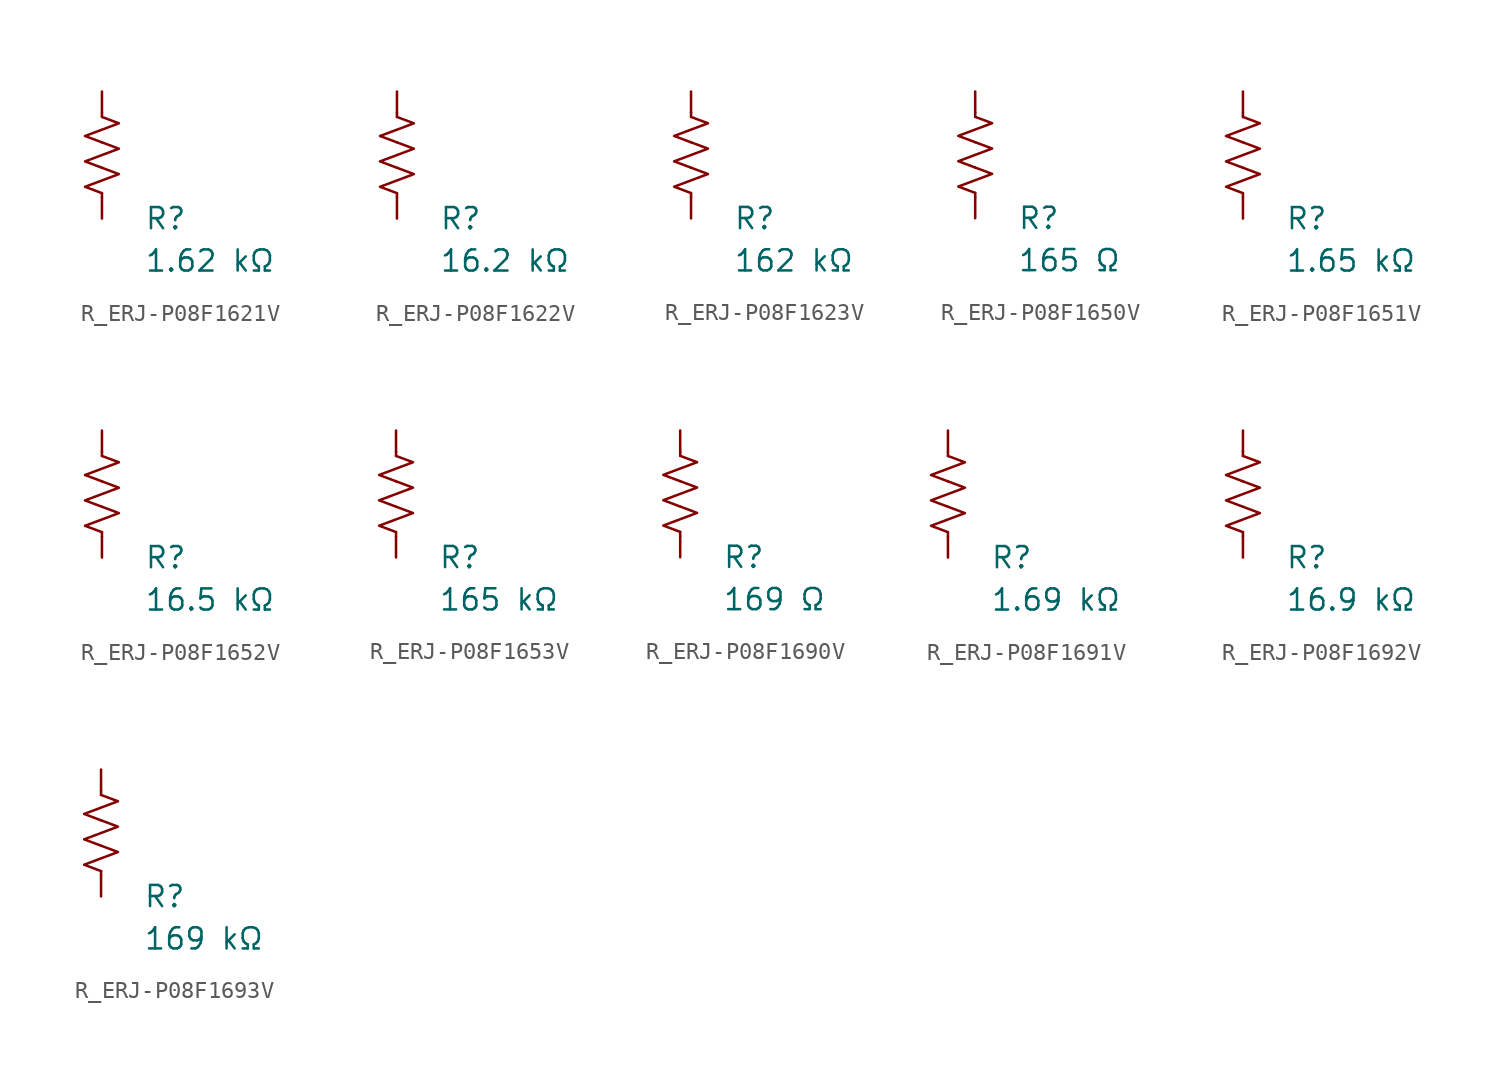
<source format=kicad_sym>
(kicad_symbol_lib
  (version 20231120)
  (generator "kicad_symbol_editor")
  (generator_version "8.0")
  (symbol "R_ERJ-P08F1621V"
    (pin_numbers hide)
    (pin_names
      (offset 0))
    (property "Reference" "R"
      (at 2.54 -3.81 0)
      (effects (font (size 1.27 1.27)) (justify left))
      (show_name no))
    (property "Value" "1.62 kΩ"
      (at 2.54 -6.35 0)
      (effects (font (size 1.27 1.27)) (justify left))
      (show_name no))
    (symbol "R_ERJ-P08F1621V_0_1"
      (polyline (pts (xy 0 -2.286) (xy 0 -2.54)) (stroke (width 0) (type default)) (fill (type none)))
      (polyline (pts (xy 0 2.286) (xy 0 2.54)) (stroke (width 0) (type default)) (fill (type none)))
      (polyline (pts (xy 0 -0.762) (xy 1.016 -1.143) (xy 0 -1.524) (xy -1.016 -1.905) (xy 0 -2.286)) (stroke (width 0) (type default)) (fill (type none)))
      (polyline (pts (xy 0 0.762) (xy 1.016 0.381) (xy 0 0) (xy -1.016 -0.381) (xy 0 -0.762)) (stroke (width 0) (type default)) (fill (type none)))
      (polyline (pts (xy 0 2.286) (xy 1.016 1.905) (xy 0 1.524) (xy -1.016 1.143) (xy 0 0.762)) (stroke (width 0) (type default)) (fill (type none))))
    (symbol "R_ERJ-P08F1621V_1_1"
      (pin passive line (at 0 3.81 270) (length 1.27) (name "~" (effects (font (size 1.27 1.27)))) (number "1" (effects (font (size 1.27 1.27)))))
      (pin passive line (at 0 -3.81 90) (length 1.27) (name "~" (effects (font (size 1.27 1.27)))) (number "2" (effects (font (size 1.27 1.27)))))))
  (symbol "R_ERJ-P08F1622V"
    (pin_numbers hide)
    (pin_names
      (offset 0))
    (property "Reference" "R"
      (at 2.54 -3.81 0)
      (effects (font (size 1.27 1.27)) (justify left))
      (show_name no))
    (property "Value" "16.2 kΩ"
      (at 2.54 -6.35 0)
      (effects (font (size 1.27 1.27)) (justify left))
      (show_name no))
    (symbol "R_ERJ-P08F1622V_0_1"
      (polyline (pts (xy 0 -2.286) (xy 0 -2.54)) (stroke (width 0) (type default)) (fill (type none)))
      (polyline (pts (xy 0 2.286) (xy 0 2.54)) (stroke (width 0) (type default)) (fill (type none)))
      (polyline (pts (xy 0 -0.762) (xy 1.016 -1.143) (xy 0 -1.524) (xy -1.016 -1.905) (xy 0 -2.286)) (stroke (width 0) (type default)) (fill (type none)))
      (polyline (pts (xy 0 0.762) (xy 1.016 0.381) (xy 0 0) (xy -1.016 -0.381) (xy 0 -0.762)) (stroke (width 0) (type default)) (fill (type none)))
      (polyline (pts (xy 0 2.286) (xy 1.016 1.905) (xy 0 1.524) (xy -1.016 1.143) (xy 0 0.762)) (stroke (width 0) (type default)) (fill (type none))))
    (symbol "R_ERJ-P08F1622V_1_1"
      (pin passive line (at 0 3.81 270) (length 1.27) (name "~" (effects (font (size 1.27 1.27)))) (number "1" (effects (font (size 1.27 1.27)))))
      (pin passive line (at 0 -3.81 90) (length 1.27) (name "~" (effects (font (size 1.27 1.27)))) (number "2" (effects (font (size 1.27 1.27)))))))
  (symbol "R_ERJ-P08F1623V"
    (pin_numbers hide)
    (pin_names
      (offset 0))
    (property "Reference" "R"
      (at 2.54 -3.81 0)
      (effects (font (size 1.27 1.27)) (justify left))
      (show_name no))
    (property "Value" "162 kΩ"
      (at 2.54 -6.35 0)
      (effects (font (size 1.27 1.27)) (justify left))
      (show_name no))
    (symbol "R_ERJ-P08F1623V_0_1"
      (polyline (pts (xy 0 -2.286) (xy 0 -2.54)) (stroke (width 0) (type default)) (fill (type none)))
      (polyline (pts (xy 0 2.286) (xy 0 2.54)) (stroke (width 0) (type default)) (fill (type none)))
      (polyline (pts (xy 0 -0.762) (xy 1.016 -1.143) (xy 0 -1.524) (xy -1.016 -1.905) (xy 0 -2.286)) (stroke (width 0) (type default)) (fill (type none)))
      (polyline (pts (xy 0 0.762) (xy 1.016 0.381) (xy 0 0) (xy -1.016 -0.381) (xy 0 -0.762)) (stroke (width 0) (type default)) (fill (type none)))
      (polyline (pts (xy 0 2.286) (xy 1.016 1.905) (xy 0 1.524) (xy -1.016 1.143) (xy 0 0.762)) (stroke (width 0) (type default)) (fill (type none))))
    (symbol "R_ERJ-P08F1623V_1_1"
      (pin passive line (at 0 3.81 270) (length 1.27) (name "~" (effects (font (size 1.27 1.27)))) (number "1" (effects (font (size 1.27 1.27)))))
      (pin passive line (at 0 -3.81 90) (length 1.27) (name "~" (effects (font (size 1.27 1.27)))) (number "2" (effects (font (size 1.27 1.27)))))))
  (symbol "R_ERJ-P08F1650V"
    (pin_numbers hide)
    (pin_names
      (offset 0))
    (property "Reference" "R"
      (at 2.54 -3.81 0)
      (effects (font (size 1.27 1.27)) (justify left))
      (show_name no))
    (property "Value" "165 Ω"
      (at 2.54 -6.35 0)
      (effects (font (size 1.27 1.27)) (justify left))
      (show_name no))
    (symbol "R_ERJ-P08F1650V_0_1"
      (polyline (pts (xy 0 -2.286) (xy 0 -2.54)) (stroke (width 0) (type default)) (fill (type none)))
      (polyline (pts (xy 0 2.286) (xy 0 2.54)) (stroke (width 0) (type default)) (fill (type none)))
      (polyline (pts (xy 0 -0.762) (xy 1.016 -1.143) (xy 0 -1.524) (xy -1.016 -1.905) (xy 0 -2.286)) (stroke (width 0) (type default)) (fill (type none)))
      (polyline (pts (xy 0 0.762) (xy 1.016 0.381) (xy 0 0) (xy -1.016 -0.381) (xy 0 -0.762)) (stroke (width 0) (type default)) (fill (type none)))
      (polyline (pts (xy 0 2.286) (xy 1.016 1.905) (xy 0 1.524) (xy -1.016 1.143) (xy 0 0.762)) (stroke (width 0) (type default)) (fill (type none))))
    (symbol "R_ERJ-P08F1650V_1_1"
      (pin passive line (at 0 3.81 270) (length 1.27) (name "~" (effects (font (size 1.27 1.27)))) (number "1" (effects (font (size 1.27 1.27)))))
      (pin passive line (at 0 -3.81 90) (length 1.27) (name "~" (effects (font (size 1.27 1.27)))) (number "2" (effects (font (size 1.27 1.27)))))))
  (symbol "R_ERJ-P08F1651V"
    (pin_numbers hide)
    (pin_names
      (offset 0))
    (property "Reference" "R"
      (at 2.54 -3.81 0)
      (effects (font (size 1.27 1.27)) (justify left))
      (show_name no))
    (property "Value" "1.65 kΩ"
      (at 2.54 -6.35 0)
      (effects (font (size 1.27 1.27)) (justify left))
      (show_name no))
    (symbol "R_ERJ-P08F1651V_0_1"
      (polyline (pts (xy 0 -2.286) (xy 0 -2.54)) (stroke (width 0) (type default)) (fill (type none)))
      (polyline (pts (xy 0 2.286) (xy 0 2.54)) (stroke (width 0) (type default)) (fill (type none)))
      (polyline (pts (xy 0 -0.762) (xy 1.016 -1.143) (xy 0 -1.524) (xy -1.016 -1.905) (xy 0 -2.286)) (stroke (width 0) (type default)) (fill (type none)))
      (polyline (pts (xy 0 0.762) (xy 1.016 0.381) (xy 0 0) (xy -1.016 -0.381) (xy 0 -0.762)) (stroke (width 0) (type default)) (fill (type none)))
      (polyline (pts (xy 0 2.286) (xy 1.016 1.905) (xy 0 1.524) (xy -1.016 1.143) (xy 0 0.762)) (stroke (width 0) (type default)) (fill (type none))))
    (symbol "R_ERJ-P08F1651V_1_1"
      (pin passive line (at 0 3.81 270) (length 1.27) (name "~" (effects (font (size 1.27 1.27)))) (number "1" (effects (font (size 1.27 1.27)))))
      (pin passive line (at 0 -3.81 90) (length 1.27) (name "~" (effects (font (size 1.27 1.27)))) (number "2" (effects (font (size 1.27 1.27)))))))
  (symbol "R_ERJ-P08F1652V"
    (pin_numbers hide)
    (pin_names
      (offset 0))
    (property "Reference" "R"
      (at 2.54 -3.81 0)
      (effects (font (size 1.27 1.27)) (justify left))
      (show_name no))
    (property "Value" "16.5 kΩ"
      (at 2.54 -6.35 0)
      (effects (font (size 1.27 1.27)) (justify left))
      (show_name no))
    (symbol "R_ERJ-P08F1652V_0_1"
      (polyline (pts (xy 0 -2.286) (xy 0 -2.54)) (stroke (width 0) (type default)) (fill (type none)))
      (polyline (pts (xy 0 2.286) (xy 0 2.54)) (stroke (width 0) (type default)) (fill (type none)))
      (polyline (pts (xy 0 -0.762) (xy 1.016 -1.143) (xy 0 -1.524) (xy -1.016 -1.905) (xy 0 -2.286)) (stroke (width 0) (type default)) (fill (type none)))
      (polyline (pts (xy 0 0.762) (xy 1.016 0.381) (xy 0 0) (xy -1.016 -0.381) (xy 0 -0.762)) (stroke (width 0) (type default)) (fill (type none)))
      (polyline (pts (xy 0 2.286) (xy 1.016 1.905) (xy 0 1.524) (xy -1.016 1.143) (xy 0 0.762)) (stroke (width 0) (type default)) (fill (type none))))
    (symbol "R_ERJ-P08F1652V_1_1"
      (pin passive line (at 0 3.81 270) (length 1.27) (name "~" (effects (font (size 1.27 1.27)))) (number "1" (effects (font (size 1.27 1.27)))))
      (pin passive line (at 0 -3.81 90) (length 1.27) (name "~" (effects (font (size 1.27 1.27)))) (number "2" (effects (font (size 1.27 1.27)))))))
  (symbol "R_ERJ-P08F1653V"
    (pin_numbers hide)
    (pin_names
      (offset 0))
    (property "Reference" "R"
      (at 2.54 -3.81 0)
      (effects (font (size 1.27 1.27)) (justify left))
      (show_name no))
    (property "Value" "165 kΩ"
      (at 2.54 -6.35 0)
      (effects (font (size 1.27 1.27)) (justify left))
      (show_name no))
    (symbol "R_ERJ-P08F1653V_0_1"
      (polyline (pts (xy 0 -2.286) (xy 0 -2.54)) (stroke (width 0) (type default)) (fill (type none)))
      (polyline (pts (xy 0 2.286) (xy 0 2.54)) (stroke (width 0) (type default)) (fill (type none)))
      (polyline (pts (xy 0 -0.762) (xy 1.016 -1.143) (xy 0 -1.524) (xy -1.016 -1.905) (xy 0 -2.286)) (stroke (width 0) (type default)) (fill (type none)))
      (polyline (pts (xy 0 0.762) (xy 1.016 0.381) (xy 0 0) (xy -1.016 -0.381) (xy 0 -0.762)) (stroke (width 0) (type default)) (fill (type none)))
      (polyline (pts (xy 0 2.286) (xy 1.016 1.905) (xy 0 1.524) (xy -1.016 1.143) (xy 0 0.762)) (stroke (width 0) (type default)) (fill (type none))))
    (symbol "R_ERJ-P08F1653V_1_1"
      (pin passive line (at 0 3.81 270) (length 1.27) (name "~" (effects (font (size 1.27 1.27)))) (number "1" (effects (font (size 1.27 1.27)))))
      (pin passive line (at 0 -3.81 90) (length 1.27) (name "~" (effects (font (size 1.27 1.27)))) (number "2" (effects (font (size 1.27 1.27)))))))
  (symbol "R_ERJ-P08F1690V"
    (pin_numbers hide)
    (pin_names
      (offset 0))
    (property "Reference" "R"
      (at 2.54 -3.81 0)
      (effects (font (size 1.27 1.27)) (justify left))
      (show_name no))
    (property "Value" "169 Ω"
      (at 2.54 -6.35 0)
      (effects (font (size 1.27 1.27)) (justify left))
      (show_name no))
    (symbol "R_ERJ-P08F1690V_0_1"
      (polyline (pts (xy 0 -2.286) (xy 0 -2.54)) (stroke (width 0) (type default)) (fill (type none)))
      (polyline (pts (xy 0 2.286) (xy 0 2.54)) (stroke (width 0) (type default)) (fill (type none)))
      (polyline (pts (xy 0 -0.762) (xy 1.016 -1.143) (xy 0 -1.524) (xy -1.016 -1.905) (xy 0 -2.286)) (stroke (width 0) (type default)) (fill (type none)))
      (polyline (pts (xy 0 0.762) (xy 1.016 0.381) (xy 0 0) (xy -1.016 -0.381) (xy 0 -0.762)) (stroke (width 0) (type default)) (fill (type none)))
      (polyline (pts (xy 0 2.286) (xy 1.016 1.905) (xy 0 1.524) (xy -1.016 1.143) (xy 0 0.762)) (stroke (width 0) (type default)) (fill (type none))))
    (symbol "R_ERJ-P08F1690V_1_1"
      (pin passive line (at 0 3.81 270) (length 1.27) (name "~" (effects (font (size 1.27 1.27)))) (number "1" (effects (font (size 1.27 1.27)))))
      (pin passive line (at 0 -3.81 90) (length 1.27) (name "~" (effects (font (size 1.27 1.27)))) (number "2" (effects (font (size 1.27 1.27)))))))
  (symbol "R_ERJ-P08F1691V"
    (pin_numbers hide)
    (pin_names
      (offset 0))
    (property "Reference" "R"
      (at 2.54 -3.81 0)
      (effects (font (size 1.27 1.27)) (justify left))
      (show_name no))
    (property "Value" "1.69 kΩ"
      (at 2.54 -6.35 0)
      (effects (font (size 1.27 1.27)) (justify left))
      (show_name no))
    (symbol "R_ERJ-P08F1691V_0_1"
      (polyline (pts (xy 0 -2.286) (xy 0 -2.54)) (stroke (width 0) (type default)) (fill (type none)))
      (polyline (pts (xy 0 2.286) (xy 0 2.54)) (stroke (width 0) (type default)) (fill (type none)))
      (polyline (pts (xy 0 -0.762) (xy 1.016 -1.143) (xy 0 -1.524) (xy -1.016 -1.905) (xy 0 -2.286)) (stroke (width 0) (type default)) (fill (type none)))
      (polyline (pts (xy 0 0.762) (xy 1.016 0.381) (xy 0 0) (xy -1.016 -0.381) (xy 0 -0.762)) (stroke (width 0) (type default)) (fill (type none)))
      (polyline (pts (xy 0 2.286) (xy 1.016 1.905) (xy 0 1.524) (xy -1.016 1.143) (xy 0 0.762)) (stroke (width 0) (type default)) (fill (type none))))
    (symbol "R_ERJ-P08F1691V_1_1"
      (pin passive line (at 0 3.81 270) (length 1.27) (name "~" (effects (font (size 1.27 1.27)))) (number "1" (effects (font (size 1.27 1.27)))))
      (pin passive line (at 0 -3.81 90) (length 1.27) (name "~" (effects (font (size 1.27 1.27)))) (number "2" (effects (font (size 1.27 1.27)))))))
  (symbol "R_ERJ-P08F1692V"
    (pin_numbers hide)
    (pin_names
      (offset 0))
    (property "Reference" "R"
      (at 2.54 -3.81 0)
      (effects (font (size 1.27 1.27)) (justify left))
      (show_name no))
    (property "Value" "16.9 kΩ"
      (at 2.54 -6.35 0)
      (effects (font (size 1.27 1.27)) (justify left))
      (show_name no))
    (symbol "R_ERJ-P08F1692V_0_1"
      (polyline (pts (xy 0 -2.286) (xy 0 -2.54)) (stroke (width 0) (type default)) (fill (type none)))
      (polyline (pts (xy 0 2.286) (xy 0 2.54)) (stroke (width 0) (type default)) (fill (type none)))
      (polyline (pts (xy 0 -0.762) (xy 1.016 -1.143) (xy 0 -1.524) (xy -1.016 -1.905) (xy 0 -2.286)) (stroke (width 0) (type default)) (fill (type none)))
      (polyline (pts (xy 0 0.762) (xy 1.016 0.381) (xy 0 0) (xy -1.016 -0.381) (xy 0 -0.762)) (stroke (width 0) (type default)) (fill (type none)))
      (polyline (pts (xy 0 2.286) (xy 1.016 1.905) (xy 0 1.524) (xy -1.016 1.143) (xy 0 0.762)) (stroke (width 0) (type default)) (fill (type none))))
    (symbol "R_ERJ-P08F1692V_1_1"
      (pin passive line (at 0 3.81 270) (length 1.27) (name "~" (effects (font (size 1.27 1.27)))) (number "1" (effects (font (size 1.27 1.27)))))
      (pin passive line (at 0 -3.81 90) (length 1.27) (name "~" (effects (font (size 1.27 1.27)))) (number "2" (effects (font (size 1.27 1.27)))))))
  (symbol "R_ERJ-P08F1693V"
    (pin_numbers hide)
    (pin_names
      (offset 0))
    (property "Reference" "R"
      (at 2.54 -3.81 0)
      (effects (font (size 1.27 1.27)) (justify left))
      (show_name no))
    (property "Value" "169 kΩ"
      (at 2.54 -6.35 0)
      (effects (font (size 1.27 1.27)) (justify left))
      (show_name no))
    (symbol "R_ERJ-P08F1693V_0_1"
      (polyline (pts (xy 0 -2.286) (xy 0 -2.54)) (stroke (width 0) (type default)) (fill (type none)))
      (polyline (pts (xy 0 2.286) (xy 0 2.54)) (stroke (width 0) (type default)) (fill (type none)))
      (polyline (pts (xy 0 -0.762) (xy 1.016 -1.143) (xy 0 -1.524) (xy -1.016 -1.905) (xy 0 -2.286)) (stroke (width 0) (type default)) (fill (type none)))
      (polyline (pts (xy 0 0.762) (xy 1.016 0.381) (xy 0 0) (xy -1.016 -0.381) (xy 0 -0.762)) (stroke (width 0) (type default)) (fill (type none)))
      (polyline (pts (xy 0 2.286) (xy 1.016 1.905) (xy 0 1.524) (xy -1.016 1.143) (xy 0 0.762)) (stroke (width 0) (type default)) (fill (type none))))
    (symbol "R_ERJ-P08F1693V_1_1"
      (pin passive line (at 0 3.81 270) (length 1.27) (name "~" (effects (font (size 1.27 1.27)))) (number "1" (effects (font (size 1.27 1.27)))))
      (pin passive line (at 0 -3.81 90) (length 1.27) (name "~" (effects (font (size 1.27 1.27)))) (number "2" (effects (font (size 1.27 1.27))))))))
</source>
